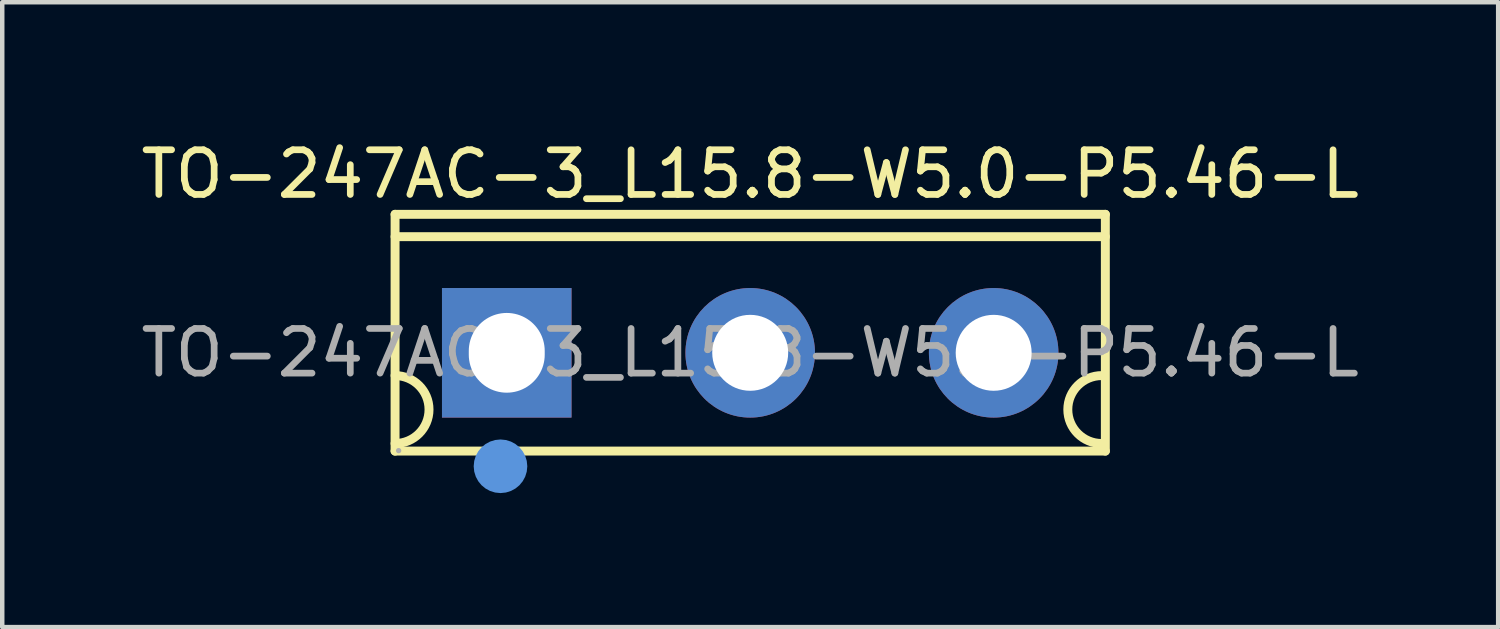
<source format=kicad_pcb>
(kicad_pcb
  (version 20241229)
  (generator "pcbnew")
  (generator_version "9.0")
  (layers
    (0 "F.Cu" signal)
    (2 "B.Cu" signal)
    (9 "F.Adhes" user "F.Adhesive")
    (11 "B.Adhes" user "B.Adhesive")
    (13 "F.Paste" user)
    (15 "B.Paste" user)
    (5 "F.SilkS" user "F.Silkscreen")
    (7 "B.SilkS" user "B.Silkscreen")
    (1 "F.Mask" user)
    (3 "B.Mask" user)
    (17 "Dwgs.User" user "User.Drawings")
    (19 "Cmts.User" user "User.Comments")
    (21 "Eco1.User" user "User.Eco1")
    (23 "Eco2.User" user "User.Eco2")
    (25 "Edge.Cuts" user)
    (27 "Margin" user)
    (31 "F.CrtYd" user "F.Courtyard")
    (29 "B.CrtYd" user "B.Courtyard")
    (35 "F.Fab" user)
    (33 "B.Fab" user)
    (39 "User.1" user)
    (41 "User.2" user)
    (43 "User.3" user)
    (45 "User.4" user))
  (footprint "TO-247AC-3_L15.8-W5.0-P5.46-L"
    (layer "F.Cu")
    (at 13.744 4.848)
    (property "Reference" "TO-247AC-3_L15.8-W5.0-P5.46-L" (at 0 -4 0) (layer "F.SilkS") (effects (font (size 1 1) (thickness 0.15))))
    (attr smd)
    (fp_line (start -7.95 -3.1) (end -7.95 2.2) (stroke (width 0.2) (type solid)) (layer "F.SilkS"))
    (fp_line (start -7.95 -2.6) (end 7.95 -2.6) (stroke (width 0.2) (type solid)) (layer "F.SilkS"))
    (fp_line (start -7.95 2.2) (end 7.95 2.2) (stroke (width 0.2) (type solid)) (layer "F.SilkS"))
    (fp_line (start 7.95 -3.1) (end -7.95 -3.1) (stroke (width 0.2) (type solid)) (layer "F.SilkS"))
    (fp_line (start 7.95 2.2) (end 7.95 -3.1) (stroke (width 0.2) (type solid)) (layer "F.SilkS"))
    (fp_arc (start -7.95 0.51) (mid -7.19 1.27) (end -7.95 2.03) (stroke (width 0.2) (type solid)) (layer "F.SilkS"))
    (fp_arc (start 7.87 2.03) (mid 7.11 1.27) (end 7.87 0.51) (stroke (width 0.2) (type solid)) (layer "F.SilkS"))
    (fp_circle (center -5.59 2.54) (end -5.29 2.54) (stroke (width 0.6) (type solid)) (fill no) (layer "Cmts.User"))
    (fp_circle (center -7.87 2.19) (end -7.84 2.19) (stroke (width 0.06) (type solid)) (fill no) (layer "F.Fab"))
    (fp_text user "${REFERENCE}" (at 0 0 0) (layer "F.Fab") (effects (font (size 1 1) (thickness 0.15))))
    (pad "1" thru_hole rect (at -5.45 0) (size 2.9 2.9) (drill oval 1.7 1.785) (layers "*.Cu" "*.Mask"))
    (pad "2" thru_hole circle (at 0 0) (size 2.9 2.9) (drill 1.7) (layers "*.Cu" "*.Mask"))
    (pad "3" thru_hole circle (at 5.45 0) (size 2.9 2.9) (drill 1.7) (layers "*.Cu" "*.Mask")))
  (gr_rect
    (start -3 -3)
    (end 30.488 10.988)
    (stroke (width 0.1) (type default))
    (fill no)
    (layer "Edge.Cuts")))
</source>
